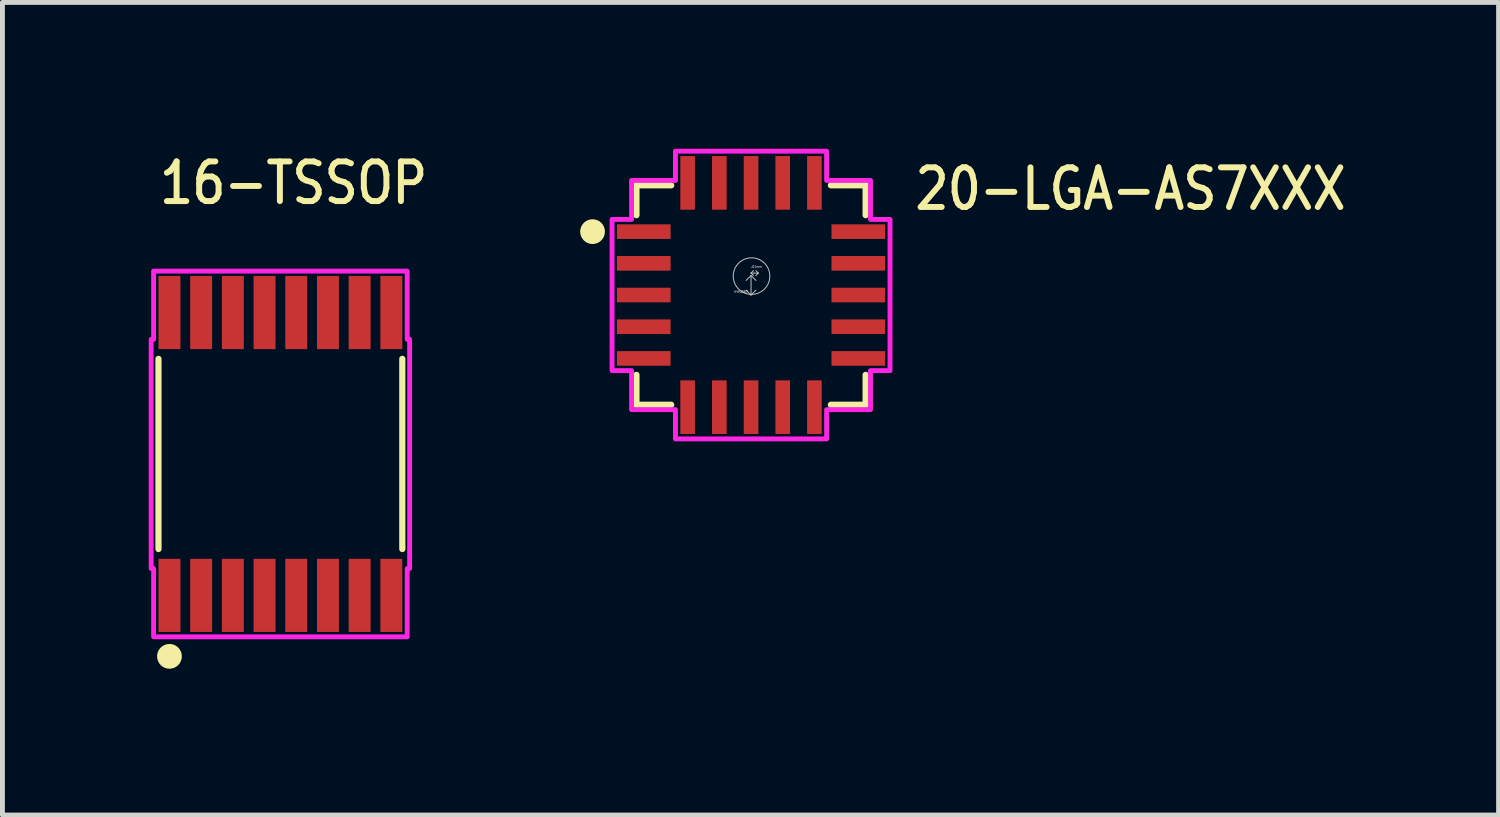
<source format=kicad_pcb>
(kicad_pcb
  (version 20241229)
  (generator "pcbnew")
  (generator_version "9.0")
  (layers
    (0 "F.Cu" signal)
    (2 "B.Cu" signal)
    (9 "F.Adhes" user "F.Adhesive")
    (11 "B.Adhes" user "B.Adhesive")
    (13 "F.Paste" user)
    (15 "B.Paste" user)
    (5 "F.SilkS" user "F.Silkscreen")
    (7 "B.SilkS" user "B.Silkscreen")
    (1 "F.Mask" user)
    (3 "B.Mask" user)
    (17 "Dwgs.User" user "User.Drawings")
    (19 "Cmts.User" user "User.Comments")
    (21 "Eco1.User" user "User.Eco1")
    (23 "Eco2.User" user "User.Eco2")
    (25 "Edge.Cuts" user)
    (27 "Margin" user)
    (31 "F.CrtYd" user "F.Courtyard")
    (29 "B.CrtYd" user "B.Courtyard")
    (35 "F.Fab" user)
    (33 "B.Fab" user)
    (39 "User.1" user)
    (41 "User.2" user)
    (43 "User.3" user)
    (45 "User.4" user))
  (footprint "20-LGA-AS7XXX"
    (layer "F.Cu")
    (at 12.351 3)
    (property "Reference" "20-LGA-AS7XXX" (at 3.3 -1.7 0) (unlocked yes) (layer "F.SilkS") (effects (font (size 0.813 0.695) (thickness 0.122)) (justify left bottom)))
    (fp_line (start -2.35 -2.25) (end -1.637 -2.25) (stroke (width 0.127) (type solid)) (layer "F.SilkS"))
    (fp_line (start -2.35 -1.637) (end -2.35 -2.25) (stroke (width 0.127) (type solid)) (layer "F.SilkS"))
    (fp_line (start -2.35 2.25) (end -2.35 1.637) (stroke (width 0.127) (type solid)) (layer "F.SilkS"))
    (fp_line (start -1.637 2.25) (end -2.35 2.25) (stroke (width 0.127) (type solid)) (layer "F.SilkS"))
    (fp_line (start 1.637 -2.25) (end 2.35 -2.25) (stroke (width 0.127) (type solid)) (layer "F.SilkS"))
    (fp_line (start 2.35 -2.25) (end 2.35 -1.637) (stroke (width 0.127) (type solid)) (layer "F.SilkS"))
    (fp_line (start 2.35 1.637) (end 2.35 2.25) (stroke (width 0.127) (type solid)) (layer "F.SilkS"))
    (fp_line (start 2.35 2.25) (end 1.637 2.25) (stroke (width 0.127) (type solid)) (layer "F.SilkS"))
    (fp_circle (center -3.25 -1.3) (end -2.996 -1.3) (stroke (width 0) (type solid)) (fill yes) (layer "F.SilkS"))
    (fp_line (start 0 -0.45) (end 0.15 -0.45) (stroke (width 0.02) (type solid)) (layer "Dwgs.User"))
    (fp_line (start 0 -0.4) (end -0.1 -0.3) (stroke (width 0.02) (type solid)) (layer "Dwgs.User"))
    (fp_line (start 0 0) (end -0.1 -0.1) (stroke (width 0.02) (type solid)) (layer "Dwgs.User"))
    (fp_line (start 0 0) (end 0 -0.4) (stroke (width 0.02) (type solid)) (layer "Dwgs.User"))
    (fp_line (start 0.05 -0.5) (end 0 -0.45) (stroke (width 0.02) (type solid)) (layer "Dwgs.User"))
    (fp_line (start 0.05 -0.4) (end 0 -0.45) (stroke (width 0.02) (type solid)) (layer "Dwgs.User"))
    (fp_line (start 0.1 -0.5) (end 0.15 -0.45) (stroke (width 0.02) (type solid)) (layer "Dwgs.User"))
    (fp_line (start 0.1 -0.3) (end 0 -0.4) (stroke (width 0.02) (type solid)) (layer "Dwgs.User"))
    (fp_line (start 0.1 -0.1) (end 0 0) (stroke (width 0.02) (type solid)) (layer "Dwgs.User"))
    (fp_line (start 0.15 -0.45) (end 0.1 -0.4) (stroke (width 0.02) (type solid)) (layer "Dwgs.User"))
    (fp_circle (center 0.01 -0.388) (end 0.385 -0.388) (stroke (width 0.02) (type solid)) (fill no) (layer "Dwgs.User"))
    (fp_poly (pts (xy -2.45 -2.35) (xy -1.55 -2.35) (xy -1.55 -2.95) (xy 1.55 -2.95) (xy 1.55 -2.35) (xy 2.45 -2.35) (xy 2.45 -1.55) (xy 2.85 -1.55) (xy 2.85 1.55) (xy 2.45 1.55) (xy 2.45 2.35) (xy 1.55 2.35) (xy 1.55 2.95) (xy -1.55 2.95) (xy -1.55 2.35) (xy -2.45 2.35) (xy -2.45 1.55) (xy -2.85 1.55) (xy -2.85 -1.55) (xy -2.45 -1.55)) (stroke (width 0.1) (type solid)) (fill no) (layer "F.CrtYd"))
    (fp_text user ".3883mm" (at -0.05 -0.1 180) (unlocked yes) (layer "Dwgs.User") (effects (font (size 0.05 0.043) (thickness 0.007)) (justify left bottom)))
    (fp_text user ".01mm" (at 0 -0.55 0) (unlocked yes) (layer "Dwgs.User") (effects (font (size 0.05 0.043) (thickness 0.007)) (justify left bottom)))
    (pad "1" smd rect (at -2.2 -1.3) (size 1.1 0.3) (layers "F.Cu" "F.Mask" "F.Paste"))
    (pad "2" smd rect (at -2.2 -0.65) (size 1.1 0.3) (layers "F.Cu" "F.Mask" "F.Paste"))
    (pad "3" smd rect (at -2.2 0) (size 1.1 0.3) (layers "F.Cu" "F.Mask" "F.Paste"))
    (pad "4" smd rect (at -2.2 0.65) (size 1.1 0.3) (layers "F.Cu" "F.Mask" "F.Paste"))
    (pad "5" smd rect (at -2.2 1.3) (size 1.1 0.3) (layers "F.Cu" "F.Mask" "F.Paste"))
    (pad "6" smd rect (at -1.3 2.3 90) (size 1.1 0.3) (layers "F.Cu" "F.Mask" "F.Paste"))
    (pad "7" smd rect (at -0.65 2.3 90) (size 1.1 0.3) (layers "F.Cu" "F.Mask" "F.Paste"))
    (pad "8" smd rect (at 0 2.3 90) (size 1.1 0.3) (layers "F.Cu" "F.Mask" "F.Paste"))
    (pad "9" smd rect (at 0.65 2.3 90) (size 1.1 0.3) (layers "F.Cu" "F.Mask" "F.Paste"))
    (pad "10" smd rect (at 1.3 2.3 90) (size 1.1 0.3) (layers "F.Cu" "F.Mask" "F.Paste"))
    (pad "11" smd rect (at 2.2 1.3 180) (size 1.1 0.3) (layers "F.Cu" "F.Mask" "F.Paste"))
    (pad "12" smd rect (at 2.2 0.65 180) (size 1.1 0.3) (layers "F.Cu" "F.Mask" "F.Paste"))
    (pad "13" smd rect (at 2.2 0 180) (size 1.1 0.3) (layers "F.Cu" "F.Mask" "F.Paste"))
    (pad "14" smd rect (at 2.2 -0.65 180) (size 1.1 0.3) (layers "F.Cu" "F.Mask" "F.Paste"))
    (pad "15" smd rect (at 2.2 -1.3 180) (size 1.1 0.3) (layers "F.Cu" "F.Mask" "F.Paste"))
    (pad "16" smd rect (at 1.3 -2.3 270) (size 1.1 0.3) (layers "F.Cu" "F.Mask" "F.Paste"))
    (pad "17" smd rect (at 0.65 -2.3 270) (size 1.1 0.3) (layers "F.Cu" "F.Mask" "F.Paste"))
    (pad "18" smd rect (at 0 -2.3 270) (size 1.1 0.3) (layers "F.Cu" "F.Mask" "F.Paste"))
    (pad "19" smd rect (at -0.65 -2.3 270) (size 1.1 0.3) (layers "F.Cu" "F.Mask" "F.Paste"))
    (pad "20" smd rect (at -1.3 -2.3 270) (size 1.1 0.3) (layers "F.Cu" "F.Mask" "F.Paste")))
  (footprint "16-TSSOP"
    (layer "F.Cu")
    (at 2.7 6.259)
    (property "Reference" "16-TSSOP" (at -2.54 -5.08 0) (unlocked yes) (layer "F.SilkS") (effects (font (size 0.813 0.695) (thickness 0.122)) (justify left bottom)))
    (fp_line (start -2.5 -1.95) (end -2.5 1.95) (stroke (width 0.127) (type solid)) (layer "F.SilkS"))
    (fp_line (start 2.5 -1.95) (end 2.5 1.95) (stroke (width 0.127) (type solid)) (layer "F.SilkS"))
    (fp_circle (center -2.275 4.15) (end -2.021 4.15) (stroke (width 0) (type solid)) (fill yes) (layer "F.SilkS"))
    (fp_poly (pts (xy -2.6 3.75) (xy -2.6 2.35) (xy -2.65 2.35) (xy -2.65 -2.35) (xy -2.6 -2.35) (xy -2.6 -3.75) (xy 2.6 -3.75) (xy 2.6 -2.35) (xy 2.65 -2.35) (xy 2.65 2.35) (xy 2.6 2.35) (xy 2.6 3.75)) (stroke (width 0.1) (type solid)) (fill no) (layer "F.CrtYd"))
    (pad "1" smd rect (at -2.275 2.9) (size 0.45 1.5) (layers "F.Cu" "F.Mask" "F.Paste"))
    (pad "2" smd rect (at -1.625 2.9) (size 0.45 1.5) (layers "F.Cu" "F.Mask" "F.Paste"))
    (pad "3" smd rect (at -0.975 2.9) (size 0.45 1.5) (layers "F.Cu" "F.Mask" "F.Paste"))
    (pad "4" smd rect (at -0.325 2.9) (size 0.45 1.5) (layers "F.Cu" "F.Mask" "F.Paste"))
    (pad "5" smd rect (at 0.325 2.9) (size 0.45 1.5) (layers "F.Cu" "F.Mask" "F.Paste"))
    (pad "6" smd rect (at 0.975 2.9) (size 0.45 1.5) (layers "F.Cu" "F.Mask" "F.Paste"))
    (pad "7" smd rect (at 1.625 2.9) (size 0.45 1.5) (layers "F.Cu" "F.Mask" "F.Paste"))
    (pad "8" smd rect (at 2.275 2.9) (size 0.45 1.5) (layers "F.Cu" "F.Mask" "F.Paste"))
    (pad "9" smd rect (at 2.275 -2.9) (size 0.45 1.5) (layers "F.Cu" "F.Mask" "F.Paste"))
    (pad "10" smd rect (at 1.625 -2.9) (size 0.45 1.5) (layers "F.Cu" "F.Mask" "F.Paste"))
    (pad "11" smd rect (at 0.975 -2.9) (size 0.45 1.5) (layers "F.Cu" "F.Mask" "F.Paste"))
    (pad "12" smd rect (at 0.325 -2.9) (size 0.45 1.5) (layers "F.Cu" "F.Mask" "F.Paste"))
    (pad "13" smd rect (at -0.325 -2.9) (size 0.45 1.5) (layers "F.Cu" "F.Mask" "F.Paste"))
    (pad "14" smd rect (at -0.975 -2.9) (size 0.45 1.5) (layers "F.Cu" "F.Mask" "F.Paste"))
    (pad "15" smd rect (at -1.625 -2.9) (size 0.45 1.5) (layers "F.Cu" "F.Mask" "F.Paste"))
    (pad "16" smd rect (at -2.275 -2.9) (size 0.45 1.5) (layers "F.Cu" "F.Mask" "F.Paste")))
  (gr_rect
    (start -3 -3)
    (end 27.68 13.663)
    (stroke (width 0.1) (type default))
    (fill no)
    (layer "Edge.Cuts")))
</source>
